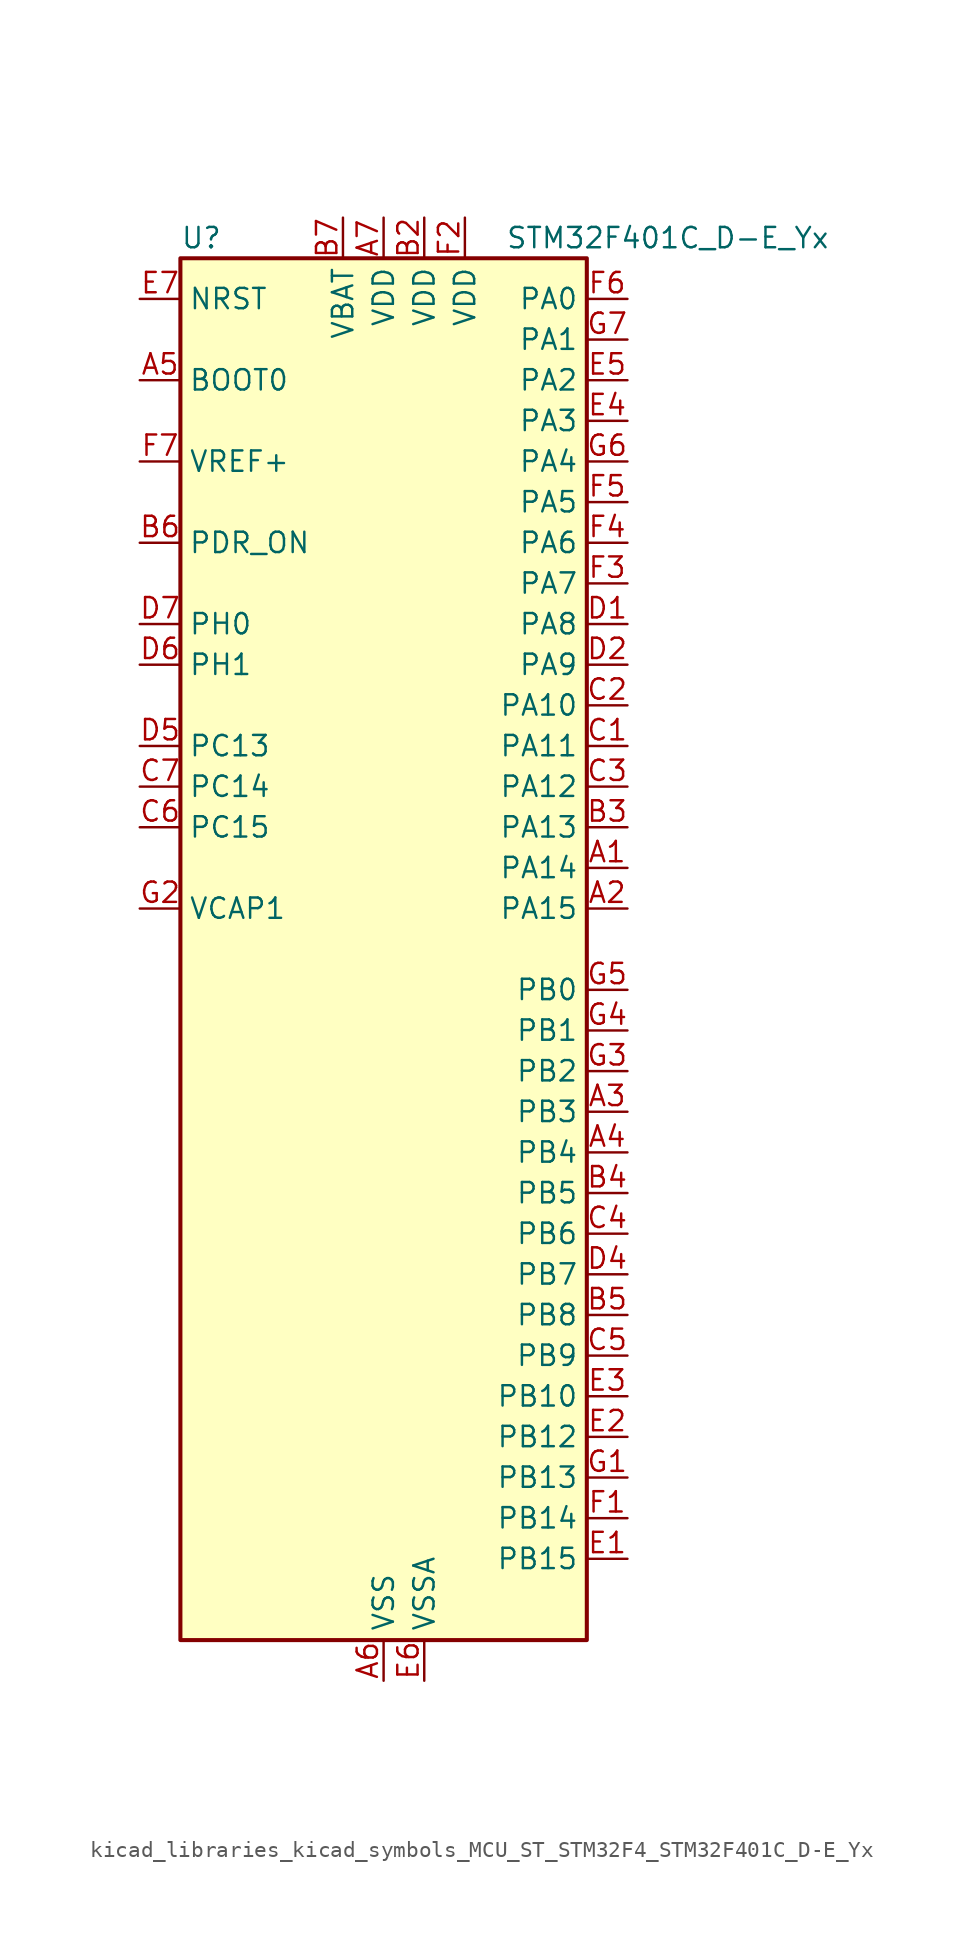
<source format=kicad_sym>
(kicad_symbol_lib
  (version 20220914)
  (generator kicad_symbol_editor)
  (symbol "kicad_libraries_kicad_symbols_MCU_ST_STM32F4_STM32F401C_D-E_Yx"
    (property "Reference" "U"
      (at -12.7 44.45 0)
      (effects (font (size 1.27 1.27)) (justify left)))
    (property "Value" "STM32F401C_D-E_Yx"
      (at 7.62 44.45 0)
      (effects (font (size 1.27 1.27)) (justify left)))
    (property "ki_locked" ""
      (at 0 0 0)
      (effects (font (size 1.27 1.27))))
    (symbol "kicad_libraries_kicad_symbols_MCU_ST_STM32F4_STM32F401C_D-E_Yx_0_1"
      (rectangle (start -12.7 -43.18) (end 12.7 43.18) (stroke (width 0.254) (type default)) (fill (type background))))
    (symbol "kicad_libraries_kicad_symbols_MCU_ST_STM32F4_STM32F401C_D-E_Yx_1_1"
      (pin bidirectional line (at 15.24 5.08 180) (length 2.54) (name "PA14" (effects (font (size 1.27 1.27)))) (number "A1" (effects (font (size 1.27 1.27)))) (alternate "SYS_JTCK-SWCLK" bidirectional line))
      (pin bidirectional line (at 15.24 2.54 180) (length 2.54) (name "PA15" (effects (font (size 1.27 1.27)))) (number "A2" (effects (font (size 1.27 1.27)))) (alternate "ADC1_EXTI15" bidirectional line) (alternate "I2S3_WS" bidirectional line) (alternate "SPI1_NSS" bidirectional line) (alternate "SPI3_NSS" bidirectional line) (alternate "SYS_JTDI" bidirectional line) (alternate "TIM2_CH1" bidirectional line) (alternate "TIM2_ETR" bidirectional line))
      (pin bidirectional line (at 15.24 -10.16 180) (length 2.54) (name "PB3" (effects (font (size 1.27 1.27)))) (number "A3" (effects (font (size 1.27 1.27)))) (alternate "I2C2_SDA" bidirectional line) (alternate "I2S3_CK" bidirectional line) (alternate "SPI1_SCK" bidirectional line) (alternate "SPI3_SCK" bidirectional line) (alternate "SYS_JTDO-SWO" bidirectional line) (alternate "TIM2_CH2" bidirectional line))
      (pin bidirectional line (at 15.24 -12.7 180) (length 2.54) (name "PB4" (effects (font (size 1.27 1.27)))) (number "A4" (effects (font (size 1.27 1.27)))) (alternate "I2C3_SDA" bidirectional line) (alternate "I2S3_ext_SD" bidirectional line) (alternate "SPI1_MISO" bidirectional line) (alternate "SPI3_MISO" bidirectional line) (alternate "SYS_JTRST" bidirectional line) (alternate "TIM3_CH1" bidirectional line))
      (pin input line (at -15.24 35.56 0) (length 2.54) (name "BOOT0" (effects (font (size 1.27 1.27)))) (number "A5" (effects (font (size 1.27 1.27)))))
      (pin power_in line (at 0 -45.72 90) (length 2.54) (name "VSS" (effects (font (size 1.27 1.27)))) (number "A6" (effects (font (size 1.27 1.27)))))
      (pin power_in line (at 0 45.72 270) (length 2.54) (name "VDD" (effects (font (size 1.27 1.27)))) (number "A7" (effects (font (size 1.27 1.27)))))
      (pin passive line (at 0 -45.72 90) (length 2.54) hide (name "VSS" (effects (font (size 1.27 1.27)))) (number "B1" (effects (font (size 1.27 1.27)))))
      (pin power_in line (at 2.54 45.72 270) (length 2.54) (name "VDD" (effects (font (size 1.27 1.27)))) (number "B2" (effects (font (size 1.27 1.27)))))
      (pin bidirectional line (at 15.24 7.62 180) (length 2.54) (name "PA13" (effects (font (size 1.27 1.27)))) (number "B3" (effects (font (size 1.27 1.27)))) (alternate "SYS_JTMS-SWDIO" bidirectional line))
      (pin bidirectional line (at 15.24 -15.24 180) (length 2.54) (name "PB5" (effects (font (size 1.27 1.27)))) (number "B4" (effects (font (size 1.27 1.27)))) (alternate "I2C1_SMBA" bidirectional line) (alternate "I2S3_SD" bidirectional line) (alternate "SPI1_MOSI" bidirectional line) (alternate "SPI3_MOSI" bidirectional line) (alternate "TIM3_CH2" bidirectional line))
      (pin bidirectional line (at 15.24 -22.86 180) (length 2.54) (name "PB8" (effects (font (size 1.27 1.27)))) (number "B5" (effects (font (size 1.27 1.27)))) (alternate "I2C1_SCL" bidirectional line) (alternate "TIM10_CH1" bidirectional line) (alternate "TIM4_CH3" bidirectional line))
      (pin input line (at -15.24 25.4 0) (length 2.54) (name "PDR_ON" (effects (font (size 1.27 1.27)))) (number "B6" (effects (font (size 1.27 1.27)))))
      (pin power_in line (at -2.54 45.72 270) (length 2.54) (name "VBAT" (effects (font (size 1.27 1.27)))) (number "B7" (effects (font (size 1.27 1.27)))))
      (pin bidirectional line (at 15.24 12.7 180) (length 2.54) (name "PA11" (effects (font (size 1.27 1.27)))) (number "C1" (effects (font (size 1.27 1.27)))) (alternate "ADC1_EXTI11" bidirectional line) (alternate "TIM1_CH4" bidirectional line) (alternate "USART1_CTS" bidirectional line) (alternate "USART6_TX" bidirectional line) (alternate "USB_OTG_FS_DM" bidirectional line))
      (pin bidirectional line (at 15.24 15.24 180) (length 2.54) (name "PA10" (effects (font (size 1.27 1.27)))) (number "C2" (effects (font (size 1.27 1.27)))) (alternate "TIM1_CH3" bidirectional line) (alternate "USART1_RX" bidirectional line) (alternate "USB_OTG_FS_ID" bidirectional line))
      (pin bidirectional line (at 15.24 10.16 180) (length 2.54) (name "PA12" (effects (font (size 1.27 1.27)))) (number "C3" (effects (font (size 1.27 1.27)))) (alternate "TIM1_ETR" bidirectional line) (alternate "USART1_RTS" bidirectional line) (alternate "USART6_RX" bidirectional line) (alternate "USB_OTG_FS_DP" bidirectional line))
      (pin bidirectional line (at 15.24 -17.78 180) (length 2.54) (name "PB6" (effects (font (size 1.27 1.27)))) (number "C4" (effects (font (size 1.27 1.27)))) (alternate "I2C1_SCL" bidirectional line) (alternate "TIM4_CH1" bidirectional line) (alternate "USART1_TX" bidirectional line))
      (pin bidirectional line (at 15.24 -25.4 180) (length 2.54) (name "PB9" (effects (font (size 1.27 1.27)))) (number "C5" (effects (font (size 1.27 1.27)))) (alternate "I2C1_SDA" bidirectional line) (alternate "I2S2_WS" bidirectional line) (alternate "SPI2_NSS" bidirectional line) (alternate "TIM11_CH1" bidirectional line) (alternate "TIM4_CH4" bidirectional line))
      (pin bidirectional line (at -15.24 7.62 0) (length 2.54) (name "PC15" (effects (font (size 1.27 1.27)))) (number "C6" (effects (font (size 1.27 1.27)))) (alternate "ADC1_EXTI15" bidirectional line) (alternate "RCC_OSC32_OUT" bidirectional line))
      (pin bidirectional line (at -15.24 10.16 0) (length 2.54) (name "PC14" (effects (font (size 1.27 1.27)))) (number "C7" (effects (font (size 1.27 1.27)))) (alternate "RCC_OSC32_IN" bidirectional line))
      (pin bidirectional line (at 15.24 20.32 180) (length 2.54) (name "PA8" (effects (font (size 1.27 1.27)))) (number "D1" (effects (font (size 1.27 1.27)))) (alternate "I2C3_SCL" bidirectional line) (alternate "RCC_MCO_1" bidirectional line) (alternate "TIM1_CH1" bidirectional line) (alternate "USART1_CK" bidirectional line) (alternate "USB_OTG_FS_SOF" bidirectional line))
      (pin bidirectional line (at 15.24 17.78 180) (length 2.54) (name "PA9" (effects (font (size 1.27 1.27)))) (number "D2" (effects (font (size 1.27 1.27)))) (alternate "I2C3_SMBA" bidirectional line) (alternate "TIM1_CH2" bidirectional line) (alternate "USART1_TX" bidirectional line) (alternate "USB_OTG_FS_VBUS" bidirectional line))
      (pin passive line (at 0 -45.72 90) (length 2.54) hide (name "VSS" (effects (font (size 1.27 1.27)))) (number "D3" (effects (font (size 1.27 1.27)))))
      (pin bidirectional line (at 15.24 -20.32 180) (length 2.54) (name "PB7" (effects (font (size 1.27 1.27)))) (number "D4" (effects (font (size 1.27 1.27)))) (alternate "I2C1_SDA" bidirectional line) (alternate "TIM4_CH2" bidirectional line) (alternate "USART1_RX" bidirectional line))
      (pin bidirectional line (at -15.24 12.7 0) (length 2.54) (name "PC13" (effects (font (size 1.27 1.27)))) (number "D5" (effects (font (size 1.27 1.27)))) (alternate "RTC_AF1" bidirectional line))
      (pin bidirectional line (at -15.24 17.78 0) (length 2.54) (name "PH1" (effects (font (size 1.27 1.27)))) (number "D6" (effects (font (size 1.27 1.27)))) (alternate "RCC_OSC_OUT" bidirectional line))
      (pin bidirectional line (at -15.24 20.32 0) (length 2.54) (name "PH0" (effects (font (size 1.27 1.27)))) (number "D7" (effects (font (size 1.27 1.27)))) (alternate "RCC_OSC_IN" bidirectional line))
      (pin bidirectional line (at 15.24 -38.1 180) (length 2.54) (name "PB15" (effects (font (size 1.27 1.27)))) (number "E1" (effects (font (size 1.27 1.27)))) (alternate "ADC1_EXTI15" bidirectional line) (alternate "I2S2_SD" bidirectional line) (alternate "RTC_REFIN" bidirectional line) (alternate "SPI2_MOSI" bidirectional line) (alternate "TIM1_CH3N" bidirectional line))
      (pin bidirectional line (at 15.24 -30.48 180) (length 2.54) (name "PB12" (effects (font (size 1.27 1.27)))) (number "E2" (effects (font (size 1.27 1.27)))) (alternate "I2C2_SMBA" bidirectional line) (alternate "I2S2_WS" bidirectional line) (alternate "SPI2_NSS" bidirectional line) (alternate "TIM1_BKIN" bidirectional line))
      (pin bidirectional line (at 15.24 -27.94 180) (length 2.54) (name "PB10" (effects (font (size 1.27 1.27)))) (number "E3" (effects (font (size 1.27 1.27)))) (alternate "I2C2_SCL" bidirectional line) (alternate "I2S2_CK" bidirectional line) (alternate "SPI2_SCK" bidirectional line) (alternate "TIM2_CH3" bidirectional line))
      (pin bidirectional line (at 15.24 33.02 180) (length 2.54) (name "PA3" (effects (font (size 1.27 1.27)))) (number "E4" (effects (font (size 1.27 1.27)))) (alternate "ADC1_IN3" bidirectional line) (alternate "TIM2_CH4" bidirectional line) (alternate "TIM5_CH4" bidirectional line) (alternate "TIM9_CH2" bidirectional line) (alternate "USART2_RX" bidirectional line))
      (pin bidirectional line (at 15.24 35.56 180) (length 2.54) (name "PA2" (effects (font (size 1.27 1.27)))) (number "E5" (effects (font (size 1.27 1.27)))) (alternate "ADC1_IN2" bidirectional line) (alternate "TIM2_CH3" bidirectional line) (alternate "TIM5_CH3" bidirectional line) (alternate "TIM9_CH1" bidirectional line) (alternate "USART2_TX" bidirectional line))
      (pin power_in line (at 2.54 -45.72 90) (length 2.54) (name "VSSA" (effects (font (size 1.27 1.27)))) (number "E6" (effects (font (size 1.27 1.27)))))
      (pin input line (at -15.24 40.64 0) (length 2.54) (name "NRST" (effects (font (size 1.27 1.27)))) (number "E7" (effects (font (size 1.27 1.27)))))
      (pin bidirectional line (at 15.24 -35.56 180) (length 2.54) (name "PB14" (effects (font (size 1.27 1.27)))) (number "F1" (effects (font (size 1.27 1.27)))) (alternate "I2S2_ext_SD" bidirectional line) (alternate "SPI2_MISO" bidirectional line) (alternate "TIM1_CH2N" bidirectional line))
      (pin power_in line (at 5.08 45.72 270) (length 2.54) (name "VDD" (effects (font (size 1.27 1.27)))) (number "F2" (effects (font (size 1.27 1.27)))))
      (pin bidirectional line (at 15.24 22.86 180) (length 2.54) (name "PA7" (effects (font (size 1.27 1.27)))) (number "F3" (effects (font (size 1.27 1.27)))) (alternate "ADC1_IN7" bidirectional line) (alternate "SPI1_MOSI" bidirectional line) (alternate "TIM1_CH1N" bidirectional line) (alternate "TIM3_CH2" bidirectional line))
      (pin bidirectional line (at 15.24 25.4 180) (length 2.54) (name "PA6" (effects (font (size 1.27 1.27)))) (number "F4" (effects (font (size 1.27 1.27)))) (alternate "ADC1_IN6" bidirectional line) (alternate "SPI1_MISO" bidirectional line) (alternate "TIM1_BKIN" bidirectional line) (alternate "TIM3_CH1" bidirectional line))
      (pin bidirectional line (at 15.24 27.94 180) (length 2.54) (name "PA5" (effects (font (size 1.27 1.27)))) (number "F5" (effects (font (size 1.27 1.27)))) (alternate "ADC1_IN5" bidirectional line) (alternate "SPI1_SCK" bidirectional line) (alternate "TIM2_CH1" bidirectional line) (alternate "TIM2_ETR" bidirectional line))
      (pin bidirectional line (at 15.24 40.64 180) (length 2.54) (name "PA0" (effects (font (size 1.27 1.27)))) (number "F6" (effects (font (size 1.27 1.27)))) (alternate "ADC1_IN0" bidirectional line) (alternate "SYS_WKUP" bidirectional line) (alternate "TIM2_CH1" bidirectional line) (alternate "TIM2_ETR" bidirectional line) (alternate "TIM5_CH1" bidirectional line) (alternate "USART2_CTS" bidirectional line))
      (pin input line (at -15.24 30.48 0) (length 2.54) (name "VREF+" (effects (font (size 1.27 1.27)))) (number "F7" (effects (font (size 1.27 1.27)))))
      (pin bidirectional line (at 15.24 -33.02 180) (length 2.54) (name "PB13" (effects (font (size 1.27 1.27)))) (number "G1" (effects (font (size 1.27 1.27)))) (alternate "I2S2_CK" bidirectional line) (alternate "SPI2_SCK" bidirectional line) (alternate "TIM1_CH1N" bidirectional line))
      (pin power_out line (at -15.24 2.54 0) (length 2.54) (name "VCAP1" (effects (font (size 1.27 1.27)))) (number "G2" (effects (font (size 1.27 1.27)))))
      (pin bidirectional line (at 15.24 -7.62 180) (length 2.54) (name "PB2" (effects (font (size 1.27 1.27)))) (number "G3" (effects (font (size 1.27 1.27)))))
      (pin bidirectional line (at 15.24 -5.08 180) (length 2.54) (name "PB1" (effects (font (size 1.27 1.27)))) (number "G4" (effects (font (size 1.27 1.27)))) (alternate "ADC1_IN9" bidirectional line) (alternate "TIM1_CH3N" bidirectional line) (alternate "TIM3_CH4" bidirectional line))
      (pin bidirectional line (at 15.24 -2.54 180) (length 2.54) (name "PB0" (effects (font (size 1.27 1.27)))) (number "G5" (effects (font (size 1.27 1.27)))) (alternate "ADC1_IN8" bidirectional line) (alternate "TIM1_CH2N" bidirectional line) (alternate "TIM3_CH3" bidirectional line))
      (pin bidirectional line (at 15.24 30.48 180) (length 2.54) (name "PA4" (effects (font (size 1.27 1.27)))) (number "G6" (effects (font (size 1.27 1.27)))) (alternate "ADC1_IN4" bidirectional line) (alternate "I2S3_WS" bidirectional line) (alternate "SPI1_NSS" bidirectional line) (alternate "SPI3_NSS" bidirectional line) (alternate "USART2_CK" bidirectional line))
      (pin bidirectional line (at 15.24 38.1 180) (length 2.54) (name "PA1" (effects (font (size 1.27 1.27)))) (number "G7" (effects (font (size 1.27 1.27)))) (alternate "ADC1_IN1" bidirectional line) (alternate "TIM2_CH2" bidirectional line) (alternate "TIM5_CH2" bidirectional line) (alternate "USART2_RTS" bidirectional line)))))
</source>
